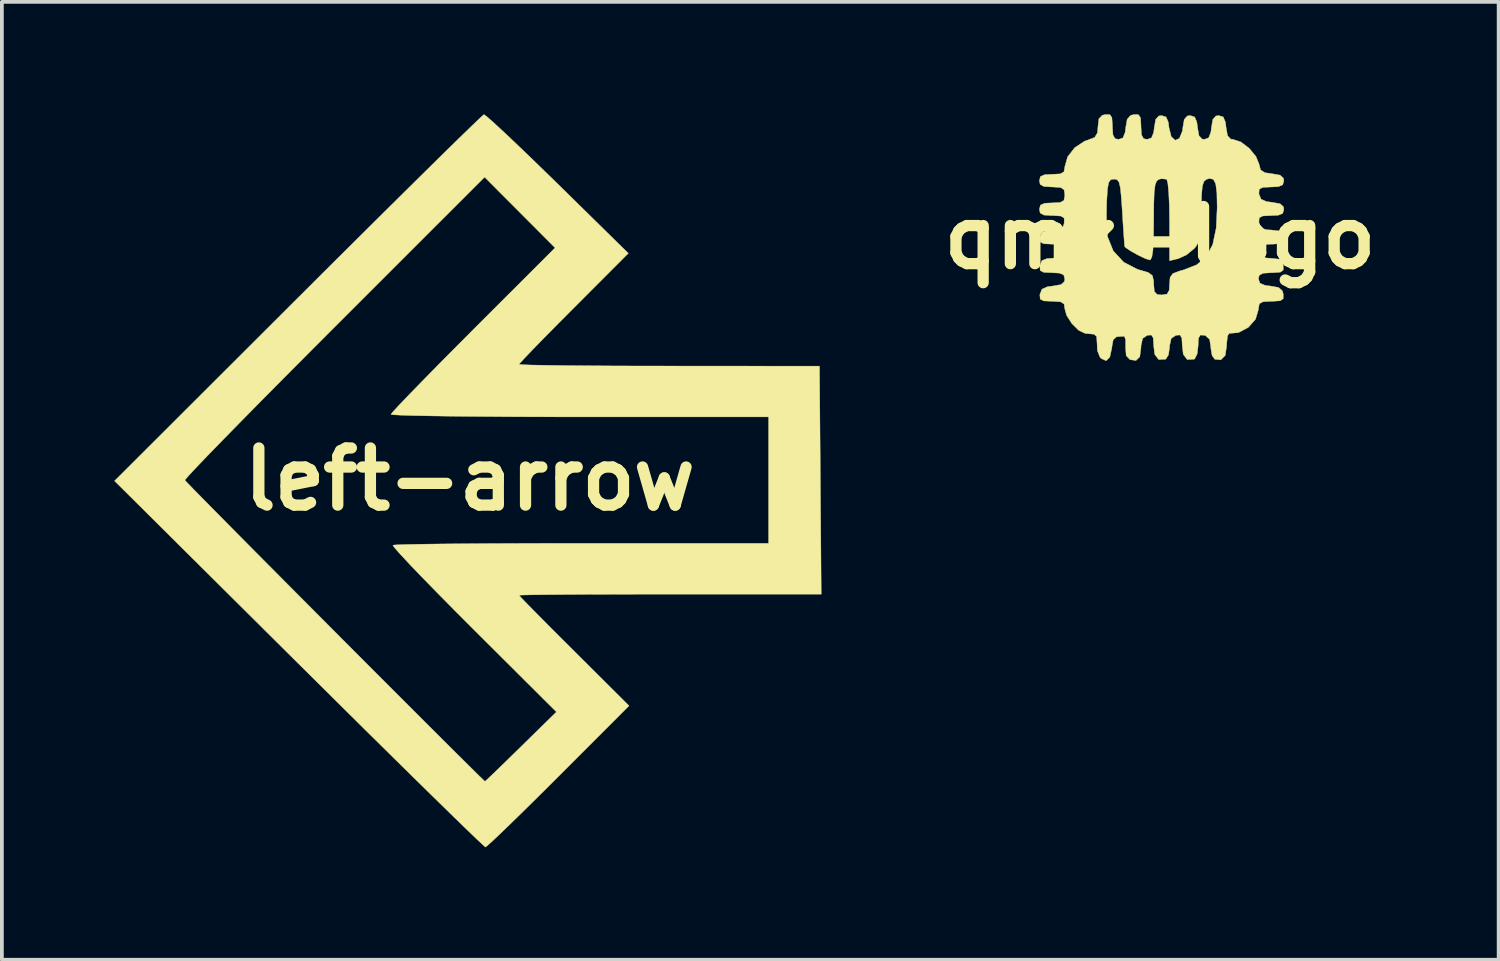
<source format=kicad_pcb>
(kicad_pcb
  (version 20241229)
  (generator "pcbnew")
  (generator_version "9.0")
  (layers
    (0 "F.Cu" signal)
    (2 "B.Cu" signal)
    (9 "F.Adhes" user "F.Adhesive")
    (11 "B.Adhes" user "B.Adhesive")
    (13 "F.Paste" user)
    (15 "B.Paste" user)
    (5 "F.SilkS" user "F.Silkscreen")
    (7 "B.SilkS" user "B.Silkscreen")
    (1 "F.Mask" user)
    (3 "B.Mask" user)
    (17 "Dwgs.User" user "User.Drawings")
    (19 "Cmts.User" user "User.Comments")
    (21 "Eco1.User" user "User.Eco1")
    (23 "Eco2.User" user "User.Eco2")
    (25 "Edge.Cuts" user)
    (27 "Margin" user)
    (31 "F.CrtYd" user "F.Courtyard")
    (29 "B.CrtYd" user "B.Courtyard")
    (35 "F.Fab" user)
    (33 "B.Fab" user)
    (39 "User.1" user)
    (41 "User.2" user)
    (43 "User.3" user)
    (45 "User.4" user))
  (footprint "left-arrow"
    (layer "F.Cu")
    (at 9.478 9.732)
    (property "Reference" "left-arrow" (at 0 0 0) (layer "F.SilkS") (effects (font (size 1.524 1.524) (thickness 0.3))))
    (attr through_hole)
    (fp_poly (pts (xy 0.458 -9.67) (xy 0.645 -9.505) (xy 0.924 -9.247) (xy 1.28 -8.91) (xy 1.697 -8.509) (xy 2.159 -8.06) (xy 2.341 -7.882) (xy 4.229 -6.027) (xy 2.772 -4.567) (xy 2.361 -4.154) (xy 1.995 -3.783) (xy 1.691 -3.471) (xy 1.466 -3.236) (xy 1.338 -3.096) (xy 1.314 -3.065) (xy 1.399 -3.056) (xy 1.641 -3.047) (xy 2.024 -3.04) (xy 2.53 -3.033) (xy 3.143 -3.028) (xy 3.843 -3.023) (xy 4.615 -3.021) (xy 5.321 -3.02) (xy 9.328 -3.017) (xy 9.351 0.024) (xy 9.374 3.066) (xy 5.344 3.066) (xy 4.523 3.066) (xy 3.757 3.068) (xy 3.066 3.07) (xy 2.465 3.074) (xy 1.972 3.078) (xy 1.605 3.083) (xy 1.38 3.088) (xy 1.314 3.093) (xy 1.373 3.16) (xy 1.54 3.332) (xy 1.796 3.593) (xy 2.126 3.926) (xy 2.512 4.312) (xy 2.781 4.58) (xy 4.248 6.041) (xy 2.366 7.925) (xy 1.894 8.395) (xy 1.462 8.822) (xy 1.084 9.191) (xy 0.777 9.487) (xy 0.555 9.695) (xy 0.435 9.8) (xy 0.419 9.81) (xy 0.349 9.749) (xy 0.163 9.575) (xy -0.127 9.295) (xy -0.513 8.92) (xy -0.985 8.458) (xy -1.534 7.919) (xy -2.149 7.313) (xy -2.823 6.648) (xy -3.544 5.933) (xy -4.304 5.179) (xy -4.559 4.927) (xy -9.473 0.044) (xy -9.453 0.024) (xy -7.597 0.024) (xy -7.535 0.092) (xy -7.361 0.272) (xy -7.089 0.549) (xy -6.731 0.912) (xy -6.3 1.348) (xy -5.808 1.845) (xy -5.267 2.389) (xy -4.692 2.968) (xy -4.093 3.569) (xy -3.485 4.18) (xy -2.878 4.789) (xy -2.286 5.382) (xy -1.722 5.946) (xy -1.198 6.47) (xy -0.726 6.94) (xy -0.32 7.345) (xy 0.008 7.67) (xy 0.246 7.905) (xy 0.381 8.035) (xy 0.407 8.058) (xy 0.471 8) (xy 0.638 7.841) (xy 0.886 7.601) (xy 1.193 7.301) (xy 1.366 7.132) (xy 2.312 6.205) (xy 0.106 4.007) (xy -0.402 3.498) (xy -0.866 3.028) (xy -1.273 2.611) (xy -1.608 2.262) (xy -1.858 1.993) (xy -2.01 1.821) (xy -2.05 1.758) (xy -1.956 1.749) (xy -1.702 1.74) (xy -1.305 1.732) (xy -0.779 1.725) (xy -0.141 1.719) (xy 0.593 1.714) (xy 1.407 1.711) (xy 2.287 1.708) (xy 2.985 1.708) (xy 7.97 1.708) (xy 7.97 0.022) (xy 7.97 -1.664) (xy 2.934 -1.664) (xy 2.013 -1.665) (xy 1.146 -1.668) (xy 0.349 -1.674) (xy -0.362 -1.68) (xy -0.973 -1.689) (xy -1.467 -1.698) (xy -1.83 -1.709) (xy -2.046 -1.721) (xy -2.102 -1.73) (xy -2.042 -1.806) (xy -1.872 -1.99) (xy -1.606 -2.268) (xy -1.257 -2.627) (xy -0.84 -3.052) (xy -0.369 -3.527) (xy 0.087 -3.985) (xy 2.276 -6.173) (xy 0.396 -8.059) (xy -3.612 -4.052) (xy -4.304 -3.358) (xy -4.958 -2.701) (xy -5.563 -2.09) (xy -6.108 -1.536) (xy -6.585 -1.049) (xy -6.982 -0.641) (xy -7.289 -0.32) (xy -7.495 -0.099) (xy -7.592 0.013) (xy -7.597 0.024) (xy -9.453 0.024) (xy -4.583 -4.837) (xy -3.815 -5.603) (xy -3.082 -6.332) (xy -2.394 -7.015) (xy -1.76 -7.643) (xy -1.19 -8.206) (xy -0.694 -8.695) (xy -0.28 -9.1) (xy 0.042 -9.412) (xy 0.261 -9.622) (xy 0.37 -9.721) (xy 0.379 -9.727) (xy 0.458 -9.67)) (stroke (width 0.01) (type solid)) (fill yes) (layer "F.SilkS")))
  (footprint "qmk-logo"
    (layer "F.Cu")
    (at 27.888 3.292)
    (property "Reference" "qmk-logo" (at 0 0 0) (layer "F.SilkS") (effects (font (size 1.524 1.524) (thickness 0.3))))
    (attr through_hole)
    (fp_poly (pts (xy -0.577 -3.285) (xy -0.522 -3.206) (xy -0.508 -3.007) (xy -0.508 -2.969) (xy -0.494 -2.745) (xy -0.438 -2.644) (xy -0.344 -2.625) (xy -0.228 -2.664) (xy -0.17 -2.808) (xy -0.153 -2.942) (xy -0.116 -3.158) (xy -0.035 -3.248) (xy 0.042 -3.26) (xy 0.161 -3.223) (xy 0.22 -3.086) (xy 0.238 -2.942) (xy 0.299 -2.698) (xy 0.405 -2.601) (xy 0.517 -2.651) (xy 0.597 -2.85) (xy 0.609 -2.942) (xy 0.646 -3.158) (xy 0.727 -3.248) (xy 0.804 -3.26) (xy 0.923 -3.223) (xy 0.982 -3.086) (xy 1 -2.942) (xy 1.039 -2.723) (xy 1.123 -2.634) (xy 1.185 -2.625) (xy 1.298 -2.667) (xy 1.356 -2.818) (xy 1.371 -2.942) (xy 1.408 -3.158) (xy 1.489 -3.248) (xy 1.566 -3.26) (xy 1.685 -3.223) (xy 1.744 -3.086) (xy 1.762 -2.942) (xy 1.801 -2.723) (xy 1.885 -2.633) (xy 1.946 -2.625) (xy 2.156 -2.556) (xy 2.379 -2.387) (xy 2.559 -2.168) (xy 2.641 -1.965) (xy 2.682 -1.81) (xy 2.795 -1.737) (xy 2.985 -1.709) (xy 3.202 -1.671) (xy 3.292 -1.589) (xy 3.302 -1.519) (xy 3.272 -1.412) (xy 3.154 -1.364) (xy 2.957 -1.355) (xy 2.739 -1.344) (xy 2.646 -1.296) (xy 2.637 -1.185) (xy 2.64 -1.164) (xy 2.694 -1.031) (xy 2.839 -0.966) (xy 2.985 -0.947) (xy 3.202 -0.909) (xy 3.292 -0.827) (xy 3.302 -0.757) (xy 3.272 -0.65) (xy 3.154 -0.602) (xy 2.957 -0.593) (xy 2.739 -0.582) (xy 2.646 -0.534) (xy 2.637 -0.423) (xy 2.64 -0.402) (xy 2.692 -0.27) (xy 2.83 -0.215) (xy 2.963 -0.208) (xy 3.173 -0.183) (xy 3.267 -0.097) (xy 3.287 -0.017) (xy 3.285 0.101) (xy 3.205 0.155) (xy 3.005 0.169) (xy 2.963 0.169) (xy 2.742 0.179) (xy 2.648 0.226) (xy 2.637 0.334) (xy 2.64 0.356) (xy 2.693 0.486) (xy 2.836 0.539) (xy 2.963 0.546) (xy 3.172 0.57) (xy 3.265 0.656) (xy 3.287 0.741) (xy 3.285 0.863) (xy 3.206 0.917) (xy 3.007 0.931) (xy 2.969 0.931) (xy 2.745 0.945) (xy 2.644 1.002) (xy 2.625 1.096) (xy 2.664 1.211) (xy 2.808 1.27) (xy 2.942 1.286) (xy 3.162 1.325) (xy 3.263 1.415) (xy 3.287 1.503) (xy 3.285 1.625) (xy 3.206 1.679) (xy 3.007 1.693) (xy 2.969 1.693) (xy 2.749 1.704) (xy 2.65 1.757) (xy 2.625 1.881) (xy 2.625 1.909) (xy 2.548 2.17) (xy 2.354 2.39) (xy 2.092 2.529) (xy 1.841 2.55) (xy 1.801 2.618) (xy 1.779 2.801) (xy 1.778 2.87) (xy 1.739 3.137) (xy 1.622 3.255) (xy 1.46 3.24) (xy 1.388 3.139) (xy 1.355 2.942) (xy 1.355 2.924) (xy 1.323 2.709) (xy 1.213 2.609) (xy 1.185 2.6) (xy 1.075 2.593) (xy 1.026 2.678) (xy 1.016 2.878) (xy 0.99 3.098) (xy 0.926 3.228) (xy 0.91 3.238) (xy 0.725 3.247) (xy 0.62 3.108) (xy 0.593 2.88) (xy 0.581 2.671) (xy 0.531 2.592) (xy 0.423 2.6) (xy 0.297 2.685) (xy 0.255 2.879) (xy 0.254 2.922) (xy 0.225 3.123) (xy 0.154 3.235) (xy 0.148 3.238) (xy -0.037 3.247) (xy -0.142 3.108) (xy -0.169 2.88) (xy -0.181 2.671) (xy -0.231 2.592) (xy -0.339 2.6) (xy -0.464 2.684) (xy -0.507 2.875) (xy -0.508 2.926) (xy -0.54 3.173) (xy -0.643 3.273) (xy -0.802 3.249) (xy -0.903 3.143) (xy -0.919 2.918) (xy -0.918 2.911) (xy -0.918 2.721) (xy -0.949 2.628) (xy -0.955 2.626) (xy -1.156 2.638) (xy -1.249 2.719) (xy -1.285 2.919) (xy -1.286 2.936) (xy -1.339 3.182) (xy -1.437 3.279) (xy -1.569 3.219) (xy -1.603 3.182) (xy -1.671 3.008) (xy -1.679 2.82) (xy -1.691 2.634) (xy -1.757 2.572) (xy -1.938 2.555) (xy -1.994 2.551) (xy -2.168 2.469) (xy -2.351 2.288) (xy -2.491 2.07) (xy -2.54 1.893) (xy -2.56 1.765) (xy -2.652 1.707) (xy -2.862 1.693) (xy -2.885 1.693) (xy -3.103 1.683) (xy -3.196 1.635) (xy -3.205 1.524) (xy -3.202 1.503) (xy -3.148 1.37) (xy -3.003 1.305) (xy -2.857 1.286) (xy -2.64 1.248) (xy -2.55 1.166) (xy -2.54 1.096) (xy -2.57 0.988) (xy -2.688 0.941) (xy -2.885 0.931) (xy -3.103 0.921) (xy -3.196 0.873) (xy -3.205 0.762) (xy -3.202 0.741) (xy -3.15 0.608) (xy -3.012 0.554) (xy -2.879 0.546) (xy -2.669 0.522) (xy -2.575 0.436) (xy -2.555 0.356) (xy -2.557 0.237) (xy -2.637 0.183) (xy -2.837 0.169) (xy -2.879 0.169) (xy -3.1 0.159) (xy -3.194 0.113) (xy -3.205 0.005) (xy -3.202 -0.017) (xy -3.149 -0.147) (xy -3.006 -0.201) (xy -2.879 -0.208) (xy -2.67 -0.232) (xy -2.577 -0.317) (xy -2.555 -0.402) (xy -2.557 -0.524) (xy -2.634 -0.578) (xy -1.429 -0.578) (xy -1.421 -0.254) (xy -1.399 -0.028) (xy -1.398 -0.024) (xy -1.248 0.349) (xy -0.969 0.65) (xy -0.599 0.842) (xy -0.542 0.858) (xy -0.312 0.926) (xy -0.203 1.008) (xy -0.171 1.149) (xy -0.169 1.238) (xy -0.152 1.434) (xy -0.076 1.512) (xy 0.042 1.524) (xy 0.187 1.501) (xy 0.245 1.398) (xy 0.254 1.238) (xy 0.268 1.056) (xy 0.341 0.954) (xy 0.519 0.886) (xy 0.617 0.86) (xy 0.975 0.722) (xy 1.234 0.502) (xy 1.405 0.181) (xy 1.498 -0.262) (xy 1.524 -0.805) (xy 1.516 -1.194) (xy 1.485 -1.438) (xy 1.423 -1.559) (xy 1.32 -1.582) (xy 1.235 -1.558) (xy 1.17 -1.502) (xy 1.129 -1.377) (xy 1.108 -1.15) (xy 1.101 -0.79) (xy 1.101 -0.715) (xy 1.096 -0.332) (xy 1.077 -0.076) (xy 1.037 0.095) (xy 0.966 0.221) (xy 0.91 0.288) (xy 0.704 0.457) (xy 0.487 0.556) (xy 0.254 0.611) (xy 0.254 -0.451) (xy 0.248 -0.859) (xy 0.232 -1.202) (xy 0.209 -1.446) (xy 0.18 -1.559) (xy 0.177 -1.562) (xy 0.039 -1.576) (xy -0.035 -1.558) (xy -0.092 -1.511) (xy -0.131 -1.405) (xy -0.155 -1.212) (xy -0.166 -0.905) (xy -0.169 -0.457) (xy -0.174 0.011) (xy -0.189 0.328) (xy -0.218 0.514) (xy -0.26 0.589) (xy -0.275 0.592) (xy -0.393 0.554) (xy -0.583 0.463) (xy -0.779 0.354) (xy -0.916 0.262) (xy -0.942 0.234) (xy -0.951 0.146) (xy -0.967 -0.076) (xy -0.988 -0.394) (xy -1.005 -0.677) (xy -1.032 -1.075) (xy -1.058 -1.333) (xy -1.093 -1.481) (xy -1.143 -1.549) (xy -1.217 -1.566) (xy -1.228 -1.566) (xy -1.315 -1.55) (xy -1.369 -1.476) (xy -1.4 -1.311) (xy -1.419 -1.02) (xy -1.423 -0.931) (xy -1.429 -0.578) (xy -2.634 -0.578) (xy -2.636 -0.579) (xy -2.835 -0.593) (xy -2.873 -0.593) (xy -3.097 -0.606) (xy -3.197 -0.662) (xy -3.217 -0.762) (xy -3.189 -0.873) (xy -3.074 -0.922) (xy -2.879 -0.931) (xy -2.66 -0.943) (xy -2.563 -0.997) (xy -2.54 -1.125) (xy -2.54 -1.143) (xy -2.558 -1.279) (xy -2.646 -1.34) (xy -2.849 -1.355) (xy -2.879 -1.355) (xy -3.1 -1.369) (xy -3.198 -1.426) (xy -3.217 -1.524) (xy -3.189 -1.635) (xy -3.074 -1.684) (xy -2.879 -1.693) (xy -2.66 -1.705) (xy -2.563 -1.76) (xy -2.54 -1.886) (xy -2.54 -1.894) (xy -2.465 -2.159) (xy -2.274 -2.405) (xy -2.012 -2.577) (xy -1.925 -2.607) (xy -1.742 -2.678) (xy -1.668 -2.803) (xy -1.655 -2.968) (xy -1.63 -3.175) (xy -1.542 -3.267) (xy -1.46 -3.287) (xy -1.339 -3.285) (xy -1.284 -3.206) (xy -1.27 -3.007) (xy -1.27 -2.969) (xy -1.256 -2.745) (xy -1.2 -2.644) (xy -1.106 -2.625) (xy -0.99 -2.664) (xy -0.932 -2.808) (xy -0.915 -2.942) (xy -0.876 -3.162) (xy -0.786 -3.263) (xy -0.699 -3.287) (xy -0.577 -3.285)) (stroke (width 0.01) (type solid)) (fill yes) (layer "F.SilkS")))
  (gr_rect
    (start -3 -3)
    (end 36.919 22.547)
    (stroke (width 0.1) (type default))
    (fill no)
    (layer "Edge.Cuts")))
</source>
